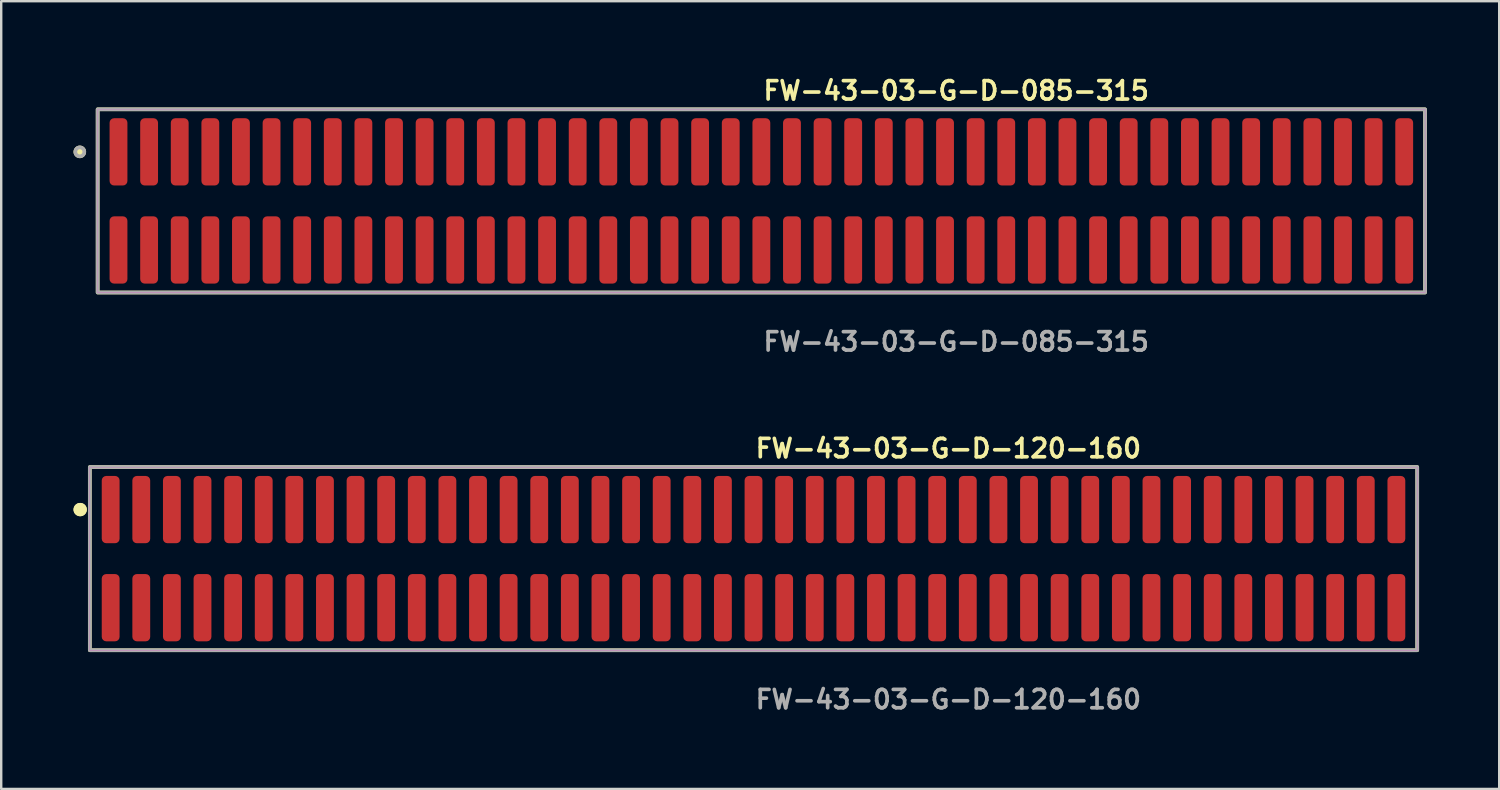
<source format=kicad_pcb>
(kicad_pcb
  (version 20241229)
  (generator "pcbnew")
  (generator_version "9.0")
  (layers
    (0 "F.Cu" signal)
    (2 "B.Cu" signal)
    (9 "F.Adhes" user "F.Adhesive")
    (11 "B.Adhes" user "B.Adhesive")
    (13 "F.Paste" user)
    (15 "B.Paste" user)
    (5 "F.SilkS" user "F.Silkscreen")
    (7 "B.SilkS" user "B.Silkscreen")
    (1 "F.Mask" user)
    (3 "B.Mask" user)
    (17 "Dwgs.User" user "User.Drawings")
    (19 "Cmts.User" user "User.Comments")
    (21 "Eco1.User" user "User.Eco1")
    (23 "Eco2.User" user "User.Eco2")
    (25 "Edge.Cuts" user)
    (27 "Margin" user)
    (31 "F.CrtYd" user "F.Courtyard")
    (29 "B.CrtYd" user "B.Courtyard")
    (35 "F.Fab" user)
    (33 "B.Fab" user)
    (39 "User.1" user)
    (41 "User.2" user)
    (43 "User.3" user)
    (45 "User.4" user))
  (footprint "FW-43-03-G-D-085-315"
    (layer "F.Cu")
    (at 28.536 5.285)
    (property "Reference" "FW-43-03-G-D-085-315" (at 0 -4.572 0) (unlocked yes) (layer "F.SilkS") (effects (font (size 0.762 0.762) (thickness 0.152)) (justify left)))
    (fp_rect (start -27.535 3.8) (end 27.535 -3.8) (stroke (width 0.152) (type solid)) (fill no) (layer "F.SilkS"))
    (fp_circle (center -28.275 -2.035) (end -28.46 -2.035) (stroke (width 0.152) (type solid)) (fill yes) (layer "F.SilkS"))
    (fp_rect (start -27.535 3.8) (end 27.535 -3.8) (stroke (width 0.006) (type solid)) (fill no) (layer "F.CrtYd"))
    (fp_rect (start -27.535 3.8) (end 27.535 -3.8) (stroke (width 0.152) (type solid)) (fill no) (layer "F.Fab"))
    (fp_circle (center -28.275 -2.035) (end -28.46 -2.035) (stroke (width 0.152) (type solid)) (fill no) (layer "F.Fab"))
    (fp_text user "${REFERENCE}" (at 0 5.842 0) (unlocked yes) (layer "F.Fab") (effects (font (size 0.762 0.762) (thickness 0.152)) (justify left)))
    (pad "1" smd roundrect (at -26.67 -2.035) (size 0.74 2.79) (layers "F.Cu" "F.Paste") (roundrect_rratio 0.25))
    (pad "2" smd roundrect (at -26.67 2.035) (size 0.74 2.79) (layers "F.Cu" "F.Paste") (roundrect_rratio 0.25))
    (pad "3" smd roundrect (at -25.4 -2.035) (size 0.74 2.79) (layers "F.Cu" "F.Paste") (roundrect_rratio 0.25))
    (pad "4" smd roundrect (at -25.4 2.035) (size 0.74 2.79) (layers "F.Cu" "F.Paste") (roundrect_rratio 0.25))
    (pad "5" smd roundrect (at -24.13 -2.035) (size 0.74 2.79) (layers "F.Cu" "F.Paste") (roundrect_rratio 0.25))
    (pad "6" smd roundrect (at -24.13 2.035) (size 0.74 2.79) (layers "F.Cu" "F.Paste") (roundrect_rratio 0.25))
    (pad "7" smd roundrect (at -22.86 -2.035) (size 0.74 2.79) (layers "F.Cu" "F.Paste") (roundrect_rratio 0.25))
    (pad "8" smd roundrect (at -22.86 2.035) (size 0.74 2.79) (layers "F.Cu" "F.Paste") (roundrect_rratio 0.25))
    (pad "9" smd roundrect (at -21.59 -2.035) (size 0.74 2.79) (layers "F.Cu" "F.Paste") (roundrect_rratio 0.25))
    (pad "10" smd roundrect (at -21.59 2.035) (size 0.74 2.79) (layers "F.Cu" "F.Paste") (roundrect_rratio 0.25))
    (pad "11" smd roundrect (at -20.32 -2.035) (size 0.74 2.79) (layers "F.Cu" "F.Paste") (roundrect_rratio 0.25))
    (pad "12" smd roundrect (at -20.32 2.035) (size 0.74 2.79) (layers "F.Cu" "F.Paste") (roundrect_rratio 0.25))
    (pad "13" smd roundrect (at -19.05 -2.035) (size 0.74 2.79) (layers "F.Cu" "F.Paste") (roundrect_rratio 0.25))
    (pad "14" smd roundrect (at -19.05 2.035) (size 0.74 2.79) (layers "F.Cu" "F.Paste") (roundrect_rratio 0.25))
    (pad "15" smd roundrect (at -17.78 -2.035) (size 0.74 2.79) (layers "F.Cu" "F.Paste") (roundrect_rratio 0.25))
    (pad "16" smd roundrect (at -17.78 2.035) (size 0.74 2.79) (layers "F.Cu" "F.Paste") (roundrect_rratio 0.25))
    (pad "17" smd roundrect (at -16.51 -2.035) (size 0.74 2.79) (layers "F.Cu" "F.Paste") (roundrect_rratio 0.25))
    (pad "18" smd roundrect (at -16.51 2.035) (size 0.74 2.79) (layers "F.Cu" "F.Paste") (roundrect_rratio 0.25))
    (pad "19" smd roundrect (at -15.24 -2.035) (size 0.74 2.79) (layers "F.Cu" "F.Paste") (roundrect_rratio 0.25))
    (pad "20" smd roundrect (at -15.24 2.035) (size 0.74 2.79) (layers "F.Cu" "F.Paste") (roundrect_rratio 0.25))
    (pad "21" smd roundrect (at -13.97 -2.035) (size 0.74 2.79) (layers "F.Cu" "F.Paste") (roundrect_rratio 0.25))
    (pad "22" smd roundrect (at -13.97 2.035) (size 0.74 2.79) (layers "F.Cu" "F.Paste") (roundrect_rratio 0.25))
    (pad "23" smd roundrect (at -12.7 -2.035) (size 0.74 2.79) (layers "F.Cu" "F.Paste") (roundrect_rratio 0.25))
    (pad "24" smd roundrect (at -12.7 2.035) (size 0.74 2.79) (layers "F.Cu" "F.Paste") (roundrect_rratio 0.25))
    (pad "25" smd roundrect (at -11.43 -2.035) (size 0.74 2.79) (layers "F.Cu" "F.Paste") (roundrect_rratio 0.25))
    (pad "26" smd roundrect (at -11.43 2.035) (size 0.74 2.79) (layers "F.Cu" "F.Paste") (roundrect_rratio 0.25))
    (pad "27" smd roundrect (at -10.16 -2.035) (size 0.74 2.79) (layers "F.Cu" "F.Paste") (roundrect_rratio 0.25))
    (pad "28" smd roundrect (at -10.16 2.035) (size 0.74 2.79) (layers "F.Cu" "F.Paste") (roundrect_rratio 0.25))
    (pad "29" smd roundrect (at -8.89 -2.035) (size 0.74 2.79) (layers "F.Cu" "F.Paste") (roundrect_rratio 0.25))
    (pad "30" smd roundrect (at -8.89 2.035) (size 0.74 2.79) (layers "F.Cu" "F.Paste") (roundrect_rratio 0.25))
    (pad "31" smd roundrect (at -7.62 -2.035) (size 0.74 2.79) (layers "F.Cu" "F.Paste") (roundrect_rratio 0.25))
    (pad "32" smd roundrect (at -7.62 2.035) (size 0.74 2.79) (layers "F.Cu" "F.Paste") (roundrect_rratio 0.25))
    (pad "33" smd roundrect (at -6.35 -2.035) (size 0.74 2.79) (layers "F.Cu" "F.Paste") (roundrect_rratio 0.25))
    (pad "34" smd roundrect (at -6.35 2.035) (size 0.74 2.79) (layers "F.Cu" "F.Paste") (roundrect_rratio 0.25))
    (pad "35" smd roundrect (at -5.08 -2.035) (size 0.74 2.79) (layers "F.Cu" "F.Paste") (roundrect_rratio 0.25))
    (pad "36" smd roundrect (at -5.08 2.035) (size 0.74 2.79) (layers "F.Cu" "F.Paste") (roundrect_rratio 0.25))
    (pad "37" smd roundrect (at -3.81 -2.035) (size 0.74 2.79) (layers "F.Cu" "F.Paste") (roundrect_rratio 0.25))
    (pad "38" smd roundrect (at -3.81 2.035) (size 0.74 2.79) (layers "F.Cu" "F.Paste") (roundrect_rratio 0.25))
    (pad "39" smd roundrect (at -2.54 -2.035) (size 0.74 2.79) (layers "F.Cu" "F.Paste") (roundrect_rratio 0.25))
    (pad "40" smd roundrect (at -2.54 2.035) (size 0.74 2.79) (layers "F.Cu" "F.Paste") (roundrect_rratio 0.25))
    (pad "41" smd roundrect (at -1.27 -2.035) (size 0.74 2.79) (layers "F.Cu" "F.Paste") (roundrect_rratio 0.25))
    (pad "42" smd roundrect (at -1.27 2.035) (size 0.74 2.79) (layers "F.Cu" "F.Paste") (roundrect_rratio 0.25))
    (pad "43" smd roundrect (at 0 -2.035) (size 0.74 2.79) (layers "F.Cu" "F.Paste") (roundrect_rratio 0.25))
    (pad "44" smd roundrect (at 0 2.035) (size 0.74 2.79) (layers "F.Cu" "F.Paste") (roundrect_rratio 0.25))
    (pad "45" smd roundrect (at 1.27 -2.035) (size 0.74 2.79) (layers "F.Cu" "F.Paste") (roundrect_rratio 0.25))
    (pad "46" smd roundrect (at 1.27 2.035) (size 0.74 2.79) (layers "F.Cu" "F.Paste") (roundrect_rratio 0.25))
    (pad "47" smd roundrect (at 2.54 -2.035) (size 0.74 2.79) (layers "F.Cu" "F.Paste") (roundrect_rratio 0.25))
    (pad "48" smd roundrect (at 2.54 2.035) (size 0.74 2.79) (layers "F.Cu" "F.Paste") (roundrect_rratio 0.25))
    (pad "49" smd roundrect (at 3.81 -2.035) (size 0.74 2.79) (layers "F.Cu" "F.Paste") (roundrect_rratio 0.25))
    (pad "50" smd roundrect (at 3.81 2.035) (size 0.74 2.79) (layers "F.Cu" "F.Paste") (roundrect_rratio 0.25))
    (pad "51" smd roundrect (at 5.08 -2.035) (size 0.74 2.79) (layers "F.Cu" "F.Paste") (roundrect_rratio 0.25))
    (pad "52" smd roundrect (at 5.08 2.035) (size 0.74 2.79) (layers "F.Cu" "F.Paste") (roundrect_rratio 0.25))
    (pad "53" smd roundrect (at 6.35 -2.035) (size 0.74 2.79) (layers "F.Cu" "F.Paste") (roundrect_rratio 0.25))
    (pad "54" smd roundrect (at 6.35 2.035) (size 0.74 2.79) (layers "F.Cu" "F.Paste") (roundrect_rratio 0.25))
    (pad "55" smd roundrect (at 7.62 -2.035) (size 0.74 2.79) (layers "F.Cu" "F.Paste") (roundrect_rratio 0.25))
    (pad "56" smd roundrect (at 7.62 2.035) (size 0.74 2.79) (layers "F.Cu" "F.Paste") (roundrect_rratio 0.25))
    (pad "57" smd roundrect (at 8.89 -2.035) (size 0.74 2.79) (layers "F.Cu" "F.Paste") (roundrect_rratio 0.25))
    (pad "58" smd roundrect (at 8.89 2.035) (size 0.74 2.79) (layers "F.Cu" "F.Paste") (roundrect_rratio 0.25))
    (pad "59" smd roundrect (at 10.16 -2.035) (size 0.74 2.79) (layers "F.Cu" "F.Paste") (roundrect_rratio 0.25))
    (pad "60" smd roundrect (at 10.16 2.035) (size 0.74 2.79) (layers "F.Cu" "F.Paste") (roundrect_rratio 0.25))
    (pad "61" smd roundrect (at 11.43 -2.035) (size 0.74 2.79) (layers "F.Cu" "F.Paste") (roundrect_rratio 0.25))
    (pad "62" smd roundrect (at 11.43 2.035) (size 0.74 2.79) (layers "F.Cu" "F.Paste") (roundrect_rratio 0.25))
    (pad "63" smd roundrect (at 12.7 -2.035) (size 0.74 2.79) (layers "F.Cu" "F.Paste") (roundrect_rratio 0.25))
    (pad "64" smd roundrect (at 12.7 2.035) (size 0.74 2.79) (layers "F.Cu" "F.Paste") (roundrect_rratio 0.25))
    (pad "65" smd roundrect (at 13.97 -2.035) (size 0.74 2.79) (layers "F.Cu" "F.Paste") (roundrect_rratio 0.25))
    (pad "66" smd roundrect (at 13.97 2.035) (size 0.74 2.79) (layers "F.Cu" "F.Paste") (roundrect_rratio 0.25))
    (pad "67" smd roundrect (at 15.24 -2.035) (size 0.74 2.79) (layers "F.Cu" "F.Paste") (roundrect_rratio 0.25))
    (pad "68" smd roundrect (at 15.24 2.035) (size 0.74 2.79) (layers "F.Cu" "F.Paste") (roundrect_rratio 0.25))
    (pad "69" smd roundrect (at 16.51 -2.035) (size 0.74 2.79) (layers "F.Cu" "F.Paste") (roundrect_rratio 0.25))
    (pad "70" smd roundrect (at 16.51 2.035) (size 0.74 2.79) (layers "F.Cu" "F.Paste") (roundrect_rratio 0.25))
    (pad "71" smd roundrect (at 17.78 -2.035) (size 0.74 2.79) (layers "F.Cu" "F.Paste") (roundrect_rratio 0.25))
    (pad "72" smd roundrect (at 17.78 2.035) (size 0.74 2.79) (layers "F.Cu" "F.Paste") (roundrect_rratio 0.25))
    (pad "73" smd roundrect (at 19.05 -2.035) (size 0.74 2.79) (layers "F.Cu" "F.Paste") (roundrect_rratio 0.25))
    (pad "74" smd roundrect (at 19.05 2.035) (size 0.74 2.79) (layers "F.Cu" "F.Paste") (roundrect_rratio 0.25))
    (pad "75" smd roundrect (at 20.32 -2.035) (size 0.74 2.79) (layers "F.Cu" "F.Paste") (roundrect_rratio 0.25))
    (pad "76" smd roundrect (at 20.32 2.035) (size 0.74 2.79) (layers "F.Cu" "F.Paste") (roundrect_rratio 0.25))
    (pad "77" smd roundrect (at 21.59 -2.035) (size 0.74 2.79) (layers "F.Cu" "F.Paste") (roundrect_rratio 0.25))
    (pad "78" smd roundrect (at 21.59 2.035) (size 0.74 2.79) (layers "F.Cu" "F.Paste") (roundrect_rratio 0.25))
    (pad "79" smd roundrect (at 22.86 -2.035) (size 0.74 2.79) (layers "F.Cu" "F.Paste") (roundrect_rratio 0.25))
    (pad "80" smd roundrect (at 22.86 2.035) (size 0.74 2.79) (layers "F.Cu" "F.Paste") (roundrect_rratio 0.25))
    (pad "81" smd roundrect (at 24.13 -2.035) (size 0.74 2.79) (layers "F.Cu" "F.Paste") (roundrect_rratio 0.25))
    (pad "82" smd roundrect (at 24.13 2.035) (size 0.74 2.79) (layers "F.Cu" "F.Paste") (roundrect_rratio 0.25))
    (pad "83" smd roundrect (at 25.4 -2.035) (size 0.74 2.79) (layers "F.Cu" "F.Paste") (roundrect_rratio 0.25))
    (pad "84" smd roundrect (at 25.4 2.035) (size 0.74 2.79) (layers "F.Cu" "F.Paste") (roundrect_rratio 0.25))
    (pad "85" smd roundrect (at 26.67 -2.035) (size 0.74 2.79) (layers "F.Cu" "F.Paste") (roundrect_rratio 0.25))
    (pad "86" smd roundrect (at 26.67 2.035) (size 0.74 2.79) (layers "F.Cu" "F.Paste") (roundrect_rratio 0.25)))
  (footprint "FW-43-03-G-D-120-160"
    (layer "F.Cu")
    (at 28.211 20.126)
    (property "Reference" "FW-43-03-G-D-120-160" (at 0 -4.572 0) (unlocked yes) (layer "F.SilkS") (effects (font (size 0.762 0.762) (thickness 0.152)) (justify left)))
    (fp_rect (start -27.535 3.8) (end 27.535 -3.8) (stroke (width 0.152) (type solid)) (fill no) (layer "F.SilkS"))
    (fp_circle (center -27.935 -2.035) (end -28.135 -2.035) (stroke (width 0.152) (type solid)) (fill yes) (layer "F.SilkS"))
    (fp_circle (center -27.935 -2.035) (end -28.135 -2.035) (stroke (width 0.152) (type solid)) (fill yes) (layer "F.SilkS"))
    (fp_rect (start -27.535 3.8) (end 27.535 -3.8) (stroke (width 0.006) (type solid)) (fill no) (layer "F.CrtYd"))
    (fp_rect (start -27.535 3.8) (end 27.535 -3.8) (stroke (width 0.152) (type solid)) (fill no) (layer "F.Fab"))
    (fp_text user "${REFERENCE}" (at 0 5.842 0) (unlocked yes) (layer "F.Fab") (effects (font (size 0.762 0.762) (thickness 0.152)) (justify left)))
    (pad "1" smd roundrect (at -26.67 -2.035) (size 0.74 2.79) (layers "F.Cu" "F.Paste") (roundrect_rratio 0.25))
    (pad "2" smd roundrect (at -26.67 2.035) (size 0.74 2.79) (layers "F.Cu" "F.Paste") (roundrect_rratio 0.25))
    (pad "3" smd roundrect (at -25.4 -2.035) (size 0.74 2.79) (layers "F.Cu" "F.Paste") (roundrect_rratio 0.25))
    (pad "4" smd roundrect (at -25.4 2.035) (size 0.74 2.79) (layers "F.Cu" "F.Paste") (roundrect_rratio 0.25))
    (pad "5" smd roundrect (at -24.13 -2.035) (size 0.74 2.79) (layers "F.Cu" "F.Paste") (roundrect_rratio 0.25))
    (pad "6" smd roundrect (at -24.13 2.035) (size 0.74 2.79) (layers "F.Cu" "F.Paste") (roundrect_rratio 0.25))
    (pad "7" smd roundrect (at -22.86 -2.035) (size 0.74 2.79) (layers "F.Cu" "F.Paste") (roundrect_rratio 0.25))
    (pad "8" smd roundrect (at -22.86 2.035) (size 0.74 2.79) (layers "F.Cu" "F.Paste") (roundrect_rratio 0.25))
    (pad "9" smd roundrect (at -21.59 -2.035) (size 0.74 2.79) (layers "F.Cu" "F.Paste") (roundrect_rratio 0.25))
    (pad "10" smd roundrect (at -21.59 2.035) (size 0.74 2.79) (layers "F.Cu" "F.Paste") (roundrect_rratio 0.25))
    (pad "11" smd roundrect (at -20.32 -2.035) (size 0.74 2.79) (layers "F.Cu" "F.Paste") (roundrect_rratio 0.25))
    (pad "12" smd roundrect (at -20.32 2.035) (size 0.74 2.79) (layers "F.Cu" "F.Paste") (roundrect_rratio 0.25))
    (pad "13" smd roundrect (at -19.05 -2.035) (size 0.74 2.79) (layers "F.Cu" "F.Paste") (roundrect_rratio 0.25))
    (pad "14" smd roundrect (at -19.05 2.035) (size 0.74 2.79) (layers "F.Cu" "F.Paste") (roundrect_rratio 0.25))
    (pad "15" smd roundrect (at -17.78 -2.035) (size 0.74 2.79) (layers "F.Cu" "F.Paste") (roundrect_rratio 0.25))
    (pad "16" smd roundrect (at -17.78 2.035) (size 0.74 2.79) (layers "F.Cu" "F.Paste") (roundrect_rratio 0.25))
    (pad "17" smd roundrect (at -16.51 -2.035) (size 0.74 2.79) (layers "F.Cu" "F.Paste") (roundrect_rratio 0.25))
    (pad "18" smd roundrect (at -16.51 2.035) (size 0.74 2.79) (layers "F.Cu" "F.Paste") (roundrect_rratio 0.25))
    (pad "19" smd roundrect (at -15.24 -2.035) (size 0.74 2.79) (layers "F.Cu" "F.Paste") (roundrect_rratio 0.25))
    (pad "20" smd roundrect (at -15.24 2.035) (size 0.74 2.79) (layers "F.Cu" "F.Paste") (roundrect_rratio 0.25))
    (pad "21" smd roundrect (at -13.97 -2.035) (size 0.74 2.79) (layers "F.Cu" "F.Paste") (roundrect_rratio 0.25))
    (pad "22" smd roundrect (at -13.97 2.035) (size 0.74 2.79) (layers "F.Cu" "F.Paste") (roundrect_rratio 0.25))
    (pad "23" smd roundrect (at -12.7 -2.035) (size 0.74 2.79) (layers "F.Cu" "F.Paste") (roundrect_rratio 0.25))
    (pad "24" smd roundrect (at -12.7 2.035) (size 0.74 2.79) (layers "F.Cu" "F.Paste") (roundrect_rratio 0.25))
    (pad "25" smd roundrect (at -11.43 -2.035) (size 0.74 2.79) (layers "F.Cu" "F.Paste") (roundrect_rratio 0.25))
    (pad "26" smd roundrect (at -11.43 2.035) (size 0.74 2.79) (layers "F.Cu" "F.Paste") (roundrect_rratio 0.25))
    (pad "27" smd roundrect (at -10.16 -2.035) (size 0.74 2.79) (layers "F.Cu" "F.Paste") (roundrect_rratio 0.25))
    (pad "28" smd roundrect (at -10.16 2.035) (size 0.74 2.79) (layers "F.Cu" "F.Paste") (roundrect_rratio 0.25))
    (pad "29" smd roundrect (at -8.89 -2.035) (size 0.74 2.79) (layers "F.Cu" "F.Paste") (roundrect_rratio 0.25))
    (pad "30" smd roundrect (at -8.89 2.035) (size 0.74 2.79) (layers "F.Cu" "F.Paste") (roundrect_rratio 0.25))
    (pad "31" smd roundrect (at -7.62 -2.035) (size 0.74 2.79) (layers "F.Cu" "F.Paste") (roundrect_rratio 0.25))
    (pad "32" smd roundrect (at -7.62 2.035) (size 0.74 2.79) (layers "F.Cu" "F.Paste") (roundrect_rratio 0.25))
    (pad "33" smd roundrect (at -6.35 -2.035) (size 0.74 2.79) (layers "F.Cu" "F.Paste") (roundrect_rratio 0.25))
    (pad "34" smd roundrect (at -6.35 2.035) (size 0.74 2.79) (layers "F.Cu" "F.Paste") (roundrect_rratio 0.25))
    (pad "35" smd roundrect (at -5.08 -2.035) (size 0.74 2.79) (layers "F.Cu" "F.Paste") (roundrect_rratio 0.25))
    (pad "36" smd roundrect (at -5.08 2.035) (size 0.74 2.79) (layers "F.Cu" "F.Paste") (roundrect_rratio 0.25))
    (pad "37" smd roundrect (at -3.81 -2.035) (size 0.74 2.79) (layers "F.Cu" "F.Paste") (roundrect_rratio 0.25))
    (pad "38" smd roundrect (at -3.81 2.035) (size 0.74 2.79) (layers "F.Cu" "F.Paste") (roundrect_rratio 0.25))
    (pad "39" smd roundrect (at -2.54 -2.035) (size 0.74 2.79) (layers "F.Cu" "F.Paste") (roundrect_rratio 0.25))
    (pad "40" smd roundrect (at -2.54 2.035) (size 0.74 2.79) (layers "F.Cu" "F.Paste") (roundrect_rratio 0.25))
    (pad "41" smd roundrect (at -1.27 -2.035) (size 0.74 2.79) (layers "F.Cu" "F.Paste") (roundrect_rratio 0.25))
    (pad "42" smd roundrect (at -1.27 2.035) (size 0.74 2.79) (layers "F.Cu" "F.Paste") (roundrect_rratio 0.25))
    (pad "43" smd roundrect (at 0 -2.035) (size 0.74 2.79) (layers "F.Cu" "F.Paste") (roundrect_rratio 0.25))
    (pad "44" smd roundrect (at 0 2.035) (size 0.74 2.79) (layers "F.Cu" "F.Paste") (roundrect_rratio 0.25))
    (pad "45" smd roundrect (at 1.27 -2.035) (size 0.74 2.79) (layers "F.Cu" "F.Paste") (roundrect_rratio 0.25))
    (pad "46" smd roundrect (at 1.27 2.035) (size 0.74 2.79) (layers "F.Cu" "F.Paste") (roundrect_rratio 0.25))
    (pad "47" smd roundrect (at 2.54 -2.035) (size 0.74 2.79) (layers "F.Cu" "F.Paste") (roundrect_rratio 0.25))
    (pad "48" smd roundrect (at 2.54 2.035) (size 0.74 2.79) (layers "F.Cu" "F.Paste") (roundrect_rratio 0.25))
    (pad "49" smd roundrect (at 3.81 -2.035) (size 0.74 2.79) (layers "F.Cu" "F.Paste") (roundrect_rratio 0.25))
    (pad "50" smd roundrect (at 3.81 2.035) (size 0.74 2.79) (layers "F.Cu" "F.Paste") (roundrect_rratio 0.25))
    (pad "51" smd roundrect (at 5.08 -2.035) (size 0.74 2.79) (layers "F.Cu" "F.Paste") (roundrect_rratio 0.25))
    (pad "52" smd roundrect (at 5.08 2.035) (size 0.74 2.79) (layers "F.Cu" "F.Paste") (roundrect_rratio 0.25))
    (pad "53" smd roundrect (at 6.35 -2.035) (size 0.74 2.79) (layers "F.Cu" "F.Paste") (roundrect_rratio 0.25))
    (pad "54" smd roundrect (at 6.35 2.035) (size 0.74 2.79) (layers "F.Cu" "F.Paste") (roundrect_rratio 0.25))
    (pad "55" smd roundrect (at 7.62 -2.035) (size 0.74 2.79) (layers "F.Cu" "F.Paste") (roundrect_rratio 0.25))
    (pad "56" smd roundrect (at 7.62 2.035) (size 0.74 2.79) (layers "F.Cu" "F.Paste") (roundrect_rratio 0.25))
    (pad "57" smd roundrect (at 8.89 -2.035) (size 0.74 2.79) (layers "F.Cu" "F.Paste") (roundrect_rratio 0.25))
    (pad "58" smd roundrect (at 8.89 2.035) (size 0.74 2.79) (layers "F.Cu" "F.Paste") (roundrect_rratio 0.25))
    (pad "59" smd roundrect (at 10.16 -2.035) (size 0.74 2.79) (layers "F.Cu" "F.Paste") (roundrect_rratio 0.25))
    (pad "60" smd roundrect (at 10.16 2.035) (size 0.74 2.79) (layers "F.Cu" "F.Paste") (roundrect_rratio 0.25))
    (pad "61" smd roundrect (at 11.43 -2.035) (size 0.74 2.79) (layers "F.Cu" "F.Paste") (roundrect_rratio 0.25))
    (pad "62" smd roundrect (at 11.43 2.035) (size 0.74 2.79) (layers "F.Cu" "F.Paste") (roundrect_rratio 0.25))
    (pad "63" smd roundrect (at 12.7 -2.035) (size 0.74 2.79) (layers "F.Cu" "F.Paste") (roundrect_rratio 0.25))
    (pad "64" smd roundrect (at 12.7 2.035) (size 0.74 2.79) (layers "F.Cu" "F.Paste") (roundrect_rratio 0.25))
    (pad "65" smd roundrect (at 13.97 -2.035) (size 0.74 2.79) (layers "F.Cu" "F.Paste") (roundrect_rratio 0.25))
    (pad "66" smd roundrect (at 13.97 2.035) (size 0.74 2.79) (layers "F.Cu" "F.Paste") (roundrect_rratio 0.25))
    (pad "67" smd roundrect (at 15.24 -2.035) (size 0.74 2.79) (layers "F.Cu" "F.Paste") (roundrect_rratio 0.25))
    (pad "68" smd roundrect (at 15.24 2.035) (size 0.74 2.79) (layers "F.Cu" "F.Paste") (roundrect_rratio 0.25))
    (pad "69" smd roundrect (at 16.51 -2.035) (size 0.74 2.79) (layers "F.Cu" "F.Paste") (roundrect_rratio 0.25))
    (pad "70" smd roundrect (at 16.51 2.035) (size 0.74 2.79) (layers "F.Cu" "F.Paste") (roundrect_rratio 0.25))
    (pad "71" smd roundrect (at 17.78 -2.035) (size 0.74 2.79) (layers "F.Cu" "F.Paste") (roundrect_rratio 0.25))
    (pad "72" smd roundrect (at 17.78 2.035) (size 0.74 2.79) (layers "F.Cu" "F.Paste") (roundrect_rratio 0.25))
    (pad "73" smd roundrect (at 19.05 -2.035) (size 0.74 2.79) (layers "F.Cu" "F.Paste") (roundrect_rratio 0.25))
    (pad "74" smd roundrect (at 19.05 2.035) (size 0.74 2.79) (layers "F.Cu" "F.Paste") (roundrect_rratio 0.25))
    (pad "75" smd roundrect (at 20.32 -2.035) (size 0.74 2.79) (layers "F.Cu" "F.Paste") (roundrect_rratio 0.25))
    (pad "76" smd roundrect (at 20.32 2.035) (size 0.74 2.79) (layers "F.Cu" "F.Paste") (roundrect_rratio 0.25))
    (pad "77" smd roundrect (at 21.59 -2.035) (size 0.74 2.79) (layers "F.Cu" "F.Paste") (roundrect_rratio 0.25))
    (pad "78" smd roundrect (at 21.59 2.035) (size 0.74 2.79) (layers "F.Cu" "F.Paste") (roundrect_rratio 0.25))
    (pad "79" smd roundrect (at 22.86 -2.035) (size 0.74 2.79) (layers "F.Cu" "F.Paste") (roundrect_rratio 0.25))
    (pad "80" smd roundrect (at 22.86 2.035) (size 0.74 2.79) (layers "F.Cu" "F.Paste") (roundrect_rratio 0.25))
    (pad "81" smd roundrect (at 24.13 -2.035) (size 0.74 2.79) (layers "F.Cu" "F.Paste") (roundrect_rratio 0.25))
    (pad "82" smd roundrect (at 24.13 2.035) (size 0.74 2.79) (layers "F.Cu" "F.Paste") (roundrect_rratio 0.25))
    (pad "83" smd roundrect (at 25.4 -2.035) (size 0.74 2.79) (layers "F.Cu" "F.Paste") (roundrect_rratio 0.25))
    (pad "84" smd roundrect (at 25.4 2.035) (size 0.74 2.79) (layers "F.Cu" "F.Paste") (roundrect_rratio 0.25))
    (pad "85" smd roundrect (at 26.67 -2.035) (size 0.74 2.79) (layers "F.Cu" "F.Paste") (roundrect_rratio 0.25))
    (pad "86" smd roundrect (at 26.67 2.035) (size 0.74 2.79) (layers "F.Cu" "F.Paste") (roundrect_rratio 0.25)))
  (gr_rect
    (start -3 -3)
    (end 59.147 29.681)
    (stroke (width 0.1) (type default))
    (fill no)
    (layer "Edge.Cuts")))
</source>
